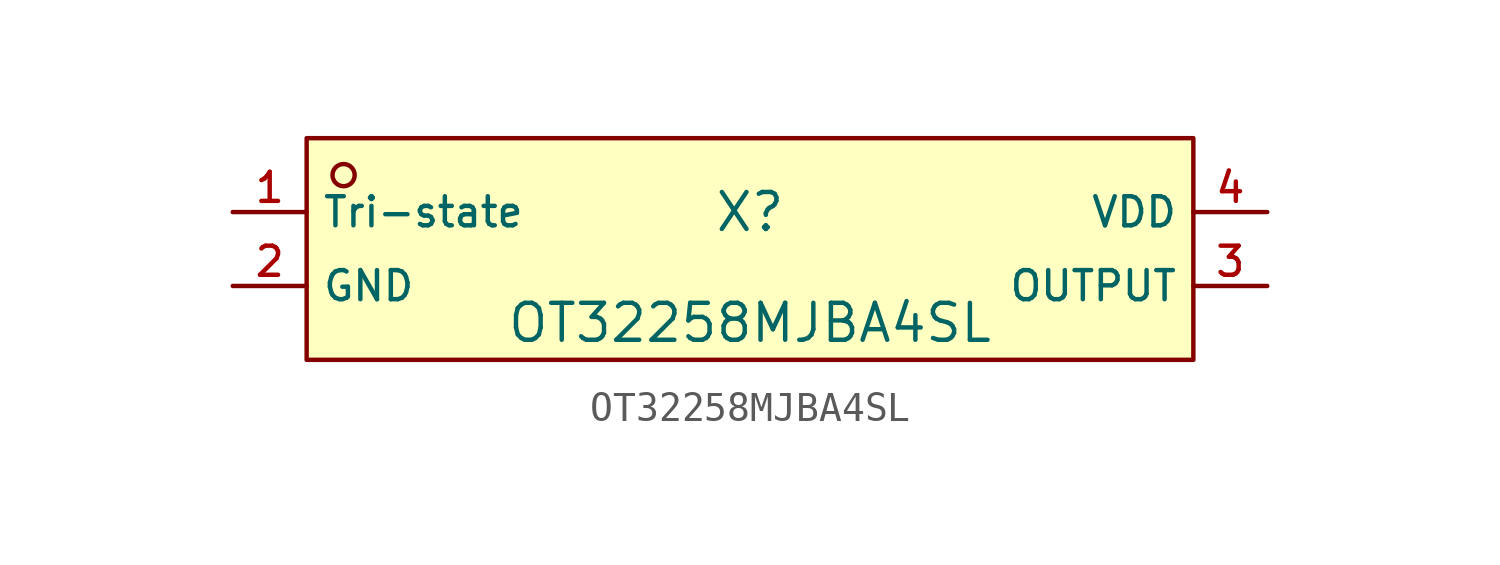
<source format=kicad_sym>
(kicad_symbol_lib
  (version 20210201)
  (generator TousstNicolas/JLC2KiCad_lib)
  (symbol "OT32258MJBA4SL"
    (property "Reference" "X"
      (at 0 1.27 0)
      (effects (font (size 1.27 1.27))))
    (property "Value" "OT32258MJBA4SL"
      (at 0 -2.54 0)
      (effects (font (size 1.27 1.27))))
    (symbol "OT32258MJBA4SL_0_1"
      (rectangle (start -15.24 3.81) (end 15.24 -3.81) (stroke (width 0) (type default) (color 0 0 0 0)) (fill (type background)))
      (circle (center -13.97 2.54) (radius 0.381) (stroke (width 0) (type default) (color 0 0 0 0)) (fill (type background)))
      (pin unspecified line (at -17.78 1.27 0) (length 2.54) (name "Tri-state" (effects (font (size 1 1)))) (number "1" (effects (font (size 1 1)))))
      (pin unspecified line (at -17.78 -1.27 0) (length 2.54) (name "GND" (effects (font (size 1 1)))) (number "2" (effects (font (size 1 1)))))
      (pin unspecified line (at 17.78 -1.27 180) (length 2.54) (name "OUTPUT" (effects (font (size 1 1)))) (number "3" (effects (font (size 1 1)))))
      (pin unspecified line (at 17.78 1.27 180) (length 2.54) (name "VDD" (effects (font (size 1 1)))) (number "4" (effects (font (size 1 1))))))))
</source>
